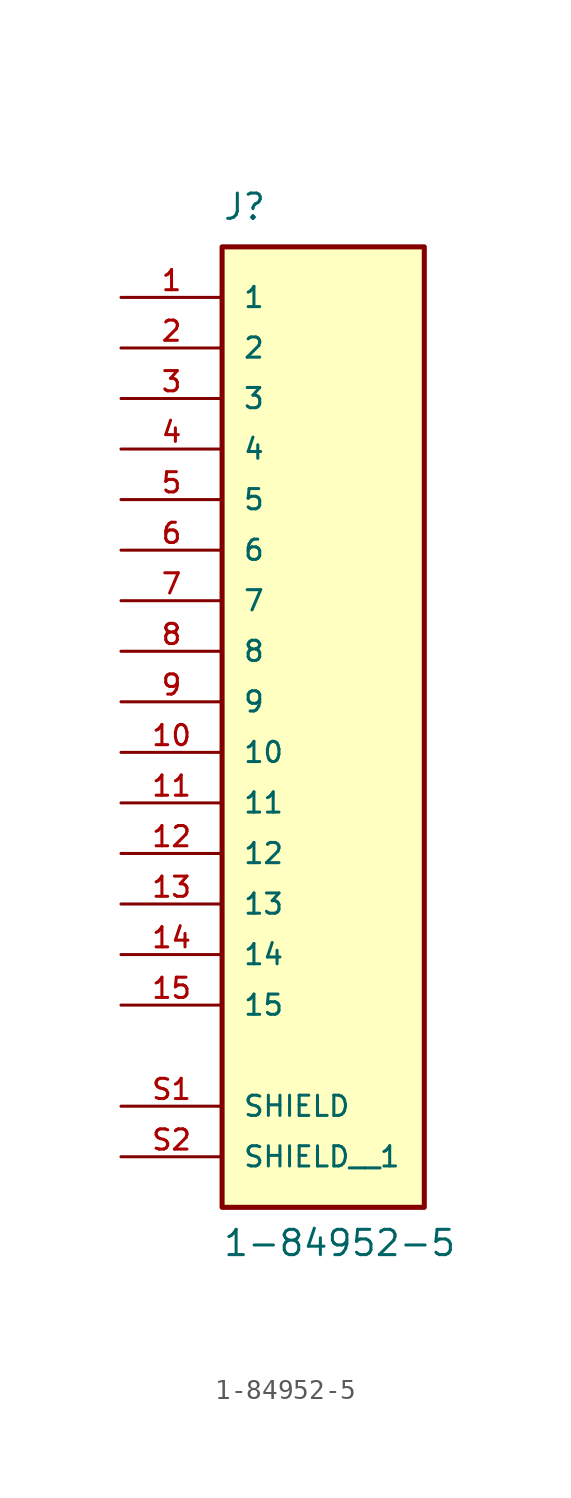
<source format=kicad_sym>
(kicad_symbol_lib
  (version 20220914)
  (generator kicad_symbol_editor)
  (symbol "1-84952-5"
    (pin_names
      (offset 1.016))
    (property "Reference" "J"
      (at -5.08 24.13 0)
      (effects (font (size 1.27 1.27)) (justify left bottom)))
    (property "Value" "1-84952-5"
      (at -5.08 -27.94 0)
      (effects (font (size 1.27 1.27)) (justify left bottom)))
    (property "ki_locked" ""
      (at 0 0 0)
      (effects (font (size 1.27 1.27))))
    (symbol "1-84952-5_0_0"
      (rectangle (start -5.08 -25.4) (end 5.08 22.86) (stroke (width 0.254) (type solid)) (fill (type background)))
      (pin passive line (at -10.16 20.32 0) (length 5.08) (name "1" (effects (font (size 1.016 1.016)))) (number "1" (effects (font (size 1.016 1.016)))))
      (pin passive line (at -10.16 -2.54 0) (length 5.08) (name "10" (effects (font (size 1.016 1.016)))) (number "10" (effects (font (size 1.016 1.016)))))
      (pin passive line (at -10.16 -5.08 0) (length 5.08) (name "11" (effects (font (size 1.016 1.016)))) (number "11" (effects (font (size 1.016 1.016)))))
      (pin passive line (at -10.16 -7.62 0) (length 5.08) (name "12" (effects (font (size 1.016 1.016)))) (number "12" (effects (font (size 1.016 1.016)))))
      (pin passive line (at -10.16 -10.16 0) (length 5.08) (name "13" (effects (font (size 1.016 1.016)))) (number "13" (effects (font (size 1.016 1.016)))))
      (pin passive line (at -10.16 -12.7 0) (length 5.08) (name "14" (effects (font (size 1.016 1.016)))) (number "14" (effects (font (size 1.016 1.016)))))
      (pin passive line (at -10.16 -15.24 0) (length 5.08) (name "15" (effects (font (size 1.016 1.016)))) (number "15" (effects (font (size 1.016 1.016)))))
      (pin passive line (at -10.16 17.78 0) (length 5.08) (name "2" (effects (font (size 1.016 1.016)))) (number "2" (effects (font (size 1.016 1.016)))))
      (pin passive line (at -10.16 15.24 0) (length 5.08) (name "3" (effects (font (size 1.016 1.016)))) (number "3" (effects (font (size 1.016 1.016)))))
      (pin passive line (at -10.16 12.7 0) (length 5.08) (name "4" (effects (font (size 1.016 1.016)))) (number "4" (effects (font (size 1.016 1.016)))))
      (pin passive line (at -10.16 10.16 0) (length 5.08) (name "5" (effects (font (size 1.016 1.016)))) (number "5" (effects (font (size 1.016 1.016)))))
      (pin passive line (at -10.16 7.62 0) (length 5.08) (name "6" (effects (font (size 1.016 1.016)))) (number "6" (effects (font (size 1.016 1.016)))))
      (pin passive line (at -10.16 5.08 0) (length 5.08) (name "7" (effects (font (size 1.016 1.016)))) (number "7" (effects (font (size 1.016 1.016)))))
      (pin passive line (at -10.16 2.54 0) (length 5.08) (name "8" (effects (font (size 1.016 1.016)))) (number "8" (effects (font (size 1.016 1.016)))))
      (pin passive line (at -10.16 0 0) (length 5.08) (name "9" (effects (font (size 1.016 1.016)))) (number "9" (effects (font (size 1.016 1.016)))))
      (pin passive line (at -10.16 -20.32 0) (length 5.08) (name "SHIELD" (effects (font (size 1.016 1.016)))) (number "S1" (effects (font (size 1.016 1.016)))))
      (pin passive line (at -10.16 -22.86 0) (length 5.08) (name "SHIELD__1" (effects (font (size 1.016 1.016)))) (number "S2" (effects (font (size 1.016 1.016))))))))
</source>
